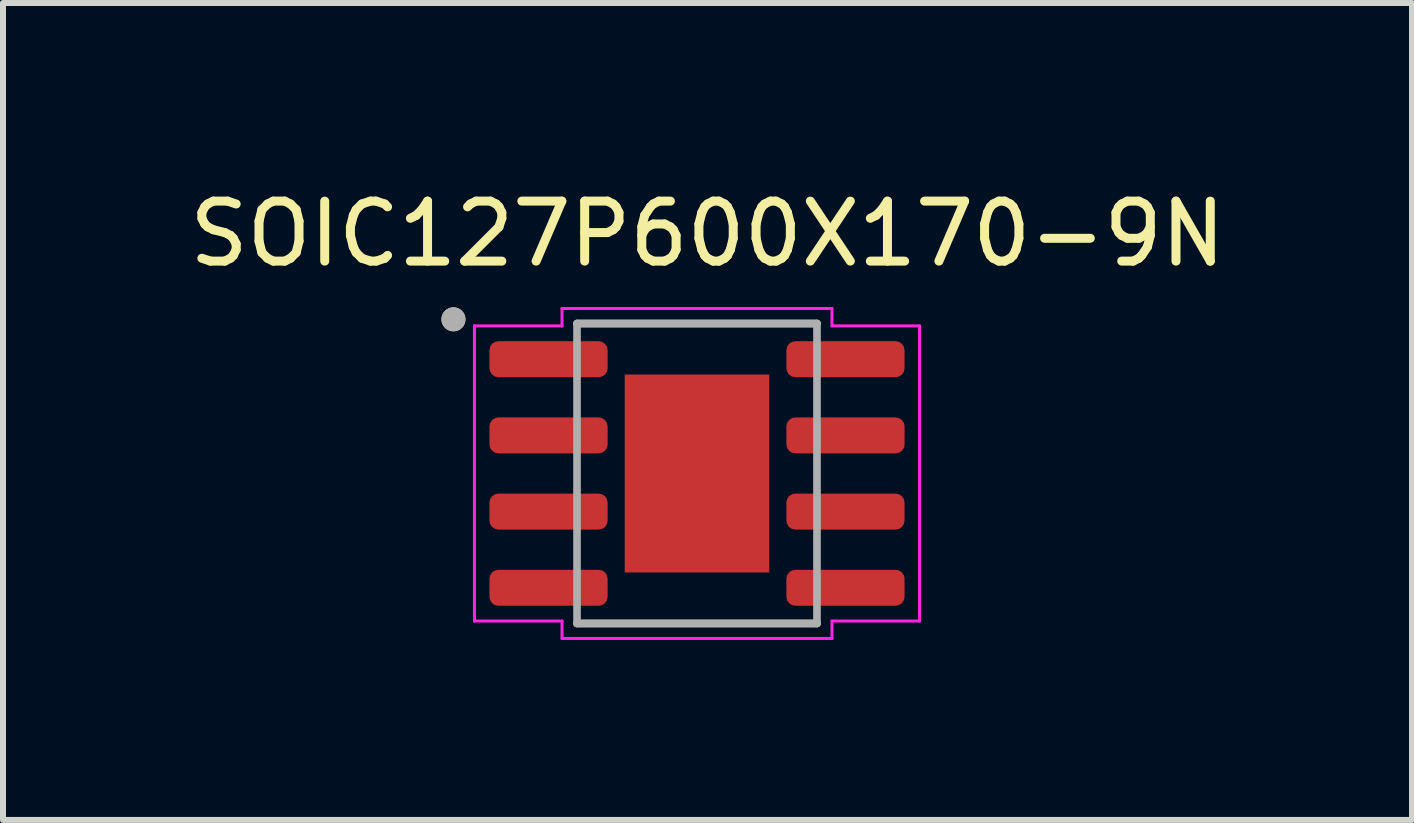
<source format=kicad_pcb>
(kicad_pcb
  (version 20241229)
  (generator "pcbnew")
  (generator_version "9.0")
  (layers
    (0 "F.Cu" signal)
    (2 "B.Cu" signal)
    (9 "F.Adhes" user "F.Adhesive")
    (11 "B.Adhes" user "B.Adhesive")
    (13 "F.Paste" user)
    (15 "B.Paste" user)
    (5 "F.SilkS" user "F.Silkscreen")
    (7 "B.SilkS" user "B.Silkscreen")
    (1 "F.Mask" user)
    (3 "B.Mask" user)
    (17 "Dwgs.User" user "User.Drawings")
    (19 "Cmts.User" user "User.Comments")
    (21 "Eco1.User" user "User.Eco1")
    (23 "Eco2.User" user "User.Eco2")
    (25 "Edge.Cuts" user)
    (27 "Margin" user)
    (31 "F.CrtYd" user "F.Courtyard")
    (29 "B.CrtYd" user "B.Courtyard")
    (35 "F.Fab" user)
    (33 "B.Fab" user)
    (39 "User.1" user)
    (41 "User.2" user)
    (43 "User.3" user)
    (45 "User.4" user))
  (footprint "SOIC127P600X170-9N"
    (layer "F.Cu")
    (at 8.569 4.843)
    (property "Reference" "SOIC127P600X170-9N" (at 0.175 -3.995 0) (layer "F.SilkS") (effects (font (size 1 1) (thickness 0.15))))
    (attr smd)
    (fp_line (start -2 2.5) (end 2 2.5) (stroke (width 0.127) (type solid)) (layer "F.SilkS"))
    (fp_line (start 2 -2.5) (end -2 -2.5) (stroke (width 0.127) (type solid)) (layer "F.SilkS"))
    (fp_circle (center -4.06 -2.57) (end -3.96 -2.57) (stroke (width 0.2) (type solid)) (fill no) (layer "F.SilkS"))
    (fp_poly (pts (xy -0.935 -1.375) (xy -0.135 -1.375) (xy -0.135 -0.135) (xy -0.935 -0.135)) (stroke (width 0.01) (type solid)) (fill yes) (layer "F.Paste"))
    (fp_poly (pts (xy -0.135 1.375) (xy -0.935 1.375) (xy -0.935 0.135) (xy -0.135 0.135)) (stroke (width 0.01) (type solid)) (fill yes) (layer "F.Paste"))
    (fp_poly (pts (xy 0.135 -1.375) (xy 0.935 -1.375) (xy 0.935 -0.135) (xy 0.135 -0.135)) (stroke (width 0.01) (type solid)) (fill yes) (layer "F.Paste"))
    (fp_poly (pts (xy 0.935 1.375) (xy 0.135 1.375) (xy 0.135 0.135) (xy 0.935 0.135)) (stroke (width 0.01) (type solid)) (fill yes) (layer "F.Paste"))
    (fp_line (start -3.71 -2.46) (end -2.25 -2.46) (stroke (width 0.05) (type solid)) (layer "F.CrtYd"))
    (fp_line (start -3.71 2.46) (end -3.71 -2.46) (stroke (width 0.05) (type solid)) (layer "F.CrtYd"))
    (fp_line (start -2.25 -2.75) (end 2.25 -2.75) (stroke (width 0.05) (type solid)) (layer "F.CrtYd"))
    (fp_line (start -2.25 -2.46) (end -2.25 -2.75) (stroke (width 0.05) (type solid)) (layer "F.CrtYd"))
    (fp_line (start -2.25 2.46) (end -3.71 2.46) (stroke (width 0.05) (type solid)) (layer "F.CrtYd"))
    (fp_line (start -2.25 2.75) (end -2.25 2.46) (stroke (width 0.05) (type solid)) (layer "F.CrtYd"))
    (fp_line (start 2.25 -2.75) (end 2.25 -2.46) (stroke (width 0.05) (type solid)) (layer "F.CrtYd"))
    (fp_line (start 2.25 -2.46) (end 3.71 -2.46) (stroke (width 0.05) (type solid)) (layer "F.CrtYd"))
    (fp_line (start 2.25 2.46) (end 2.25 2.75) (stroke (width 0.05) (type solid)) (layer "F.CrtYd"))
    (fp_line (start 2.25 2.75) (end -2.25 2.75) (stroke (width 0.05) (type solid)) (layer "F.CrtYd"))
    (fp_line (start 3.71 -2.46) (end 3.71 2.46) (stroke (width 0.05) (type solid)) (layer "F.CrtYd"))
    (fp_line (start 3.71 2.46) (end 2.25 2.46) (stroke (width 0.05) (type solid)) (layer "F.CrtYd"))
    (fp_line (start -2 -2.5) (end -2 2.5) (stroke (width 0.127) (type solid)) (layer "F.Fab"))
    (fp_line (start -2 2.5) (end 2 2.5) (stroke (width 0.127) (type solid)) (layer "F.Fab"))
    (fp_line (start 2 -2.5) (end -2 -2.5) (stroke (width 0.127) (type solid)) (layer "F.Fab"))
    (fp_line (start 2 2.5) (end 2 -2.5) (stroke (width 0.127) (type solid)) (layer "F.Fab"))
    (fp_circle (center -4.06 -2.57) (end -3.96 -2.57) (stroke (width 0.2) (type solid)) (fill no) (layer "F.Fab"))
    (pad "1" smd roundrect (at -2.475 -1.905) (size 1.97 0.6) (layers "F.Cu" "F.Mask" "F.Paste") (roundrect_rratio 0.25))
    (pad "2" smd roundrect (at -2.475 -0.635) (size 1.97 0.6) (layers "F.Cu" "F.Mask" "F.Paste") (roundrect_rratio 0.25))
    (pad "3" smd roundrect (at -2.475 0.635) (size 1.97 0.6) (layers "F.Cu" "F.Mask" "F.Paste") (roundrect_rratio 0.25))
    (pad "4" smd roundrect (at -2.475 1.905) (size 1.97 0.6) (layers "F.Cu" "F.Mask" "F.Paste") (roundrect_rratio 0.25))
    (pad "5" smd roundrect (at 2.475 1.905) (size 1.97 0.6) (layers "F.Cu" "F.Mask" "F.Paste") (roundrect_rratio 0.25))
    (pad "6" smd roundrect (at 2.475 0.635) (size 1.97 0.6) (layers "F.Cu" "F.Mask" "F.Paste") (roundrect_rratio 0.25))
    (pad "7" smd roundrect (at 2.475 -0.635) (size 1.97 0.6) (layers "F.Cu" "F.Mask" "F.Paste") (roundrect_rratio 0.25))
    (pad "8" smd roundrect (at 2.475 -1.905) (size 1.97 0.6) (layers "F.Cu" "F.Mask" "F.Paste") (roundrect_rratio 0.25))
    (pad "9" smd rect (at 0 0) (size 2.41 3.3) (layers "F.Cu" "F.Mask")))
  (gr_rect
    (start -3 -3)
    (end 20.488 10.618)
    (stroke (width 0.1) (type default))
    (fill no)
    (layer "Edge.Cuts")))
</source>
